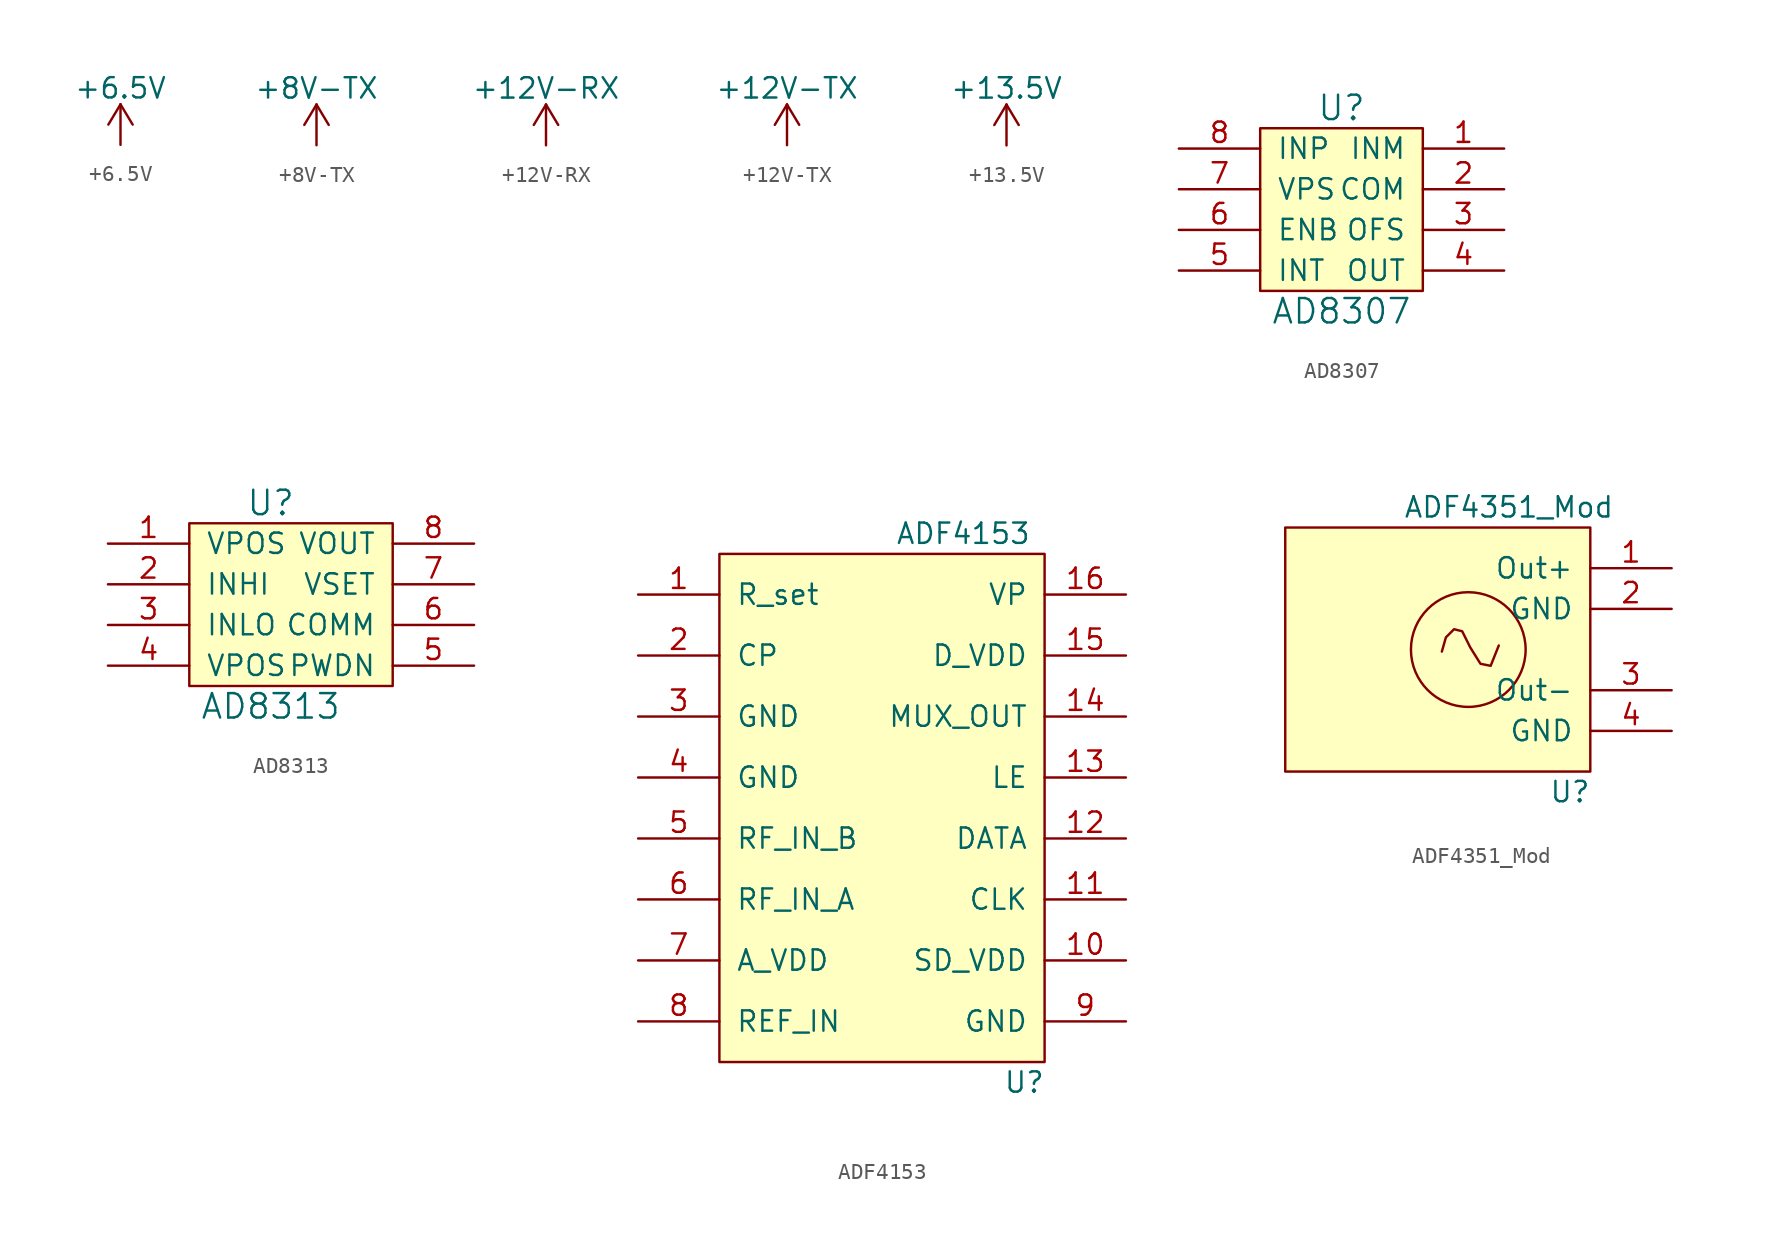
<source format=kicad_sym>
(kicad_symbol_lib
  (version 20211014)
  (generator kicad_symbol_editor)
  (symbol "+6.5V"
    (power)
    (pin_names
      (offset 0))
    (property "Reference" "#PWR"
      (at 0 -3.81 0)
      (effects (font (size 1.27 1.27)) hide))
    (property "Value" "+6.5V"
      (at 0 3.556 0)
      (effects (font (size 1.27 1.27))))
    (symbol "+6.5V_0_1"
      (polyline (pts (xy -0.762 1.27) (xy 0 2.54)) (stroke (width 0) (type default) (color 0 0 0 0)) (fill (type none)))
      (polyline (pts (xy 0 0) (xy 0 2.54)) (stroke (width 0) (type default) (color 0 0 0 0)) (fill (type none)))
      (polyline (pts (xy 0 2.54) (xy 0.762 1.27)) (stroke (width 0) (type default) (color 0 0 0 0)) (fill (type none))))
    (symbol "+6.5V_1_1"
      (pin power_in line (at 0 0 90) (length 0) hide (name "+6.5V" (effects (font (size 1.27 1.27)))) (number "1" (effects (font (size 1.27 1.27)))))))
  (symbol "+8V-TX"
    (power)
    (pin_names
      (offset 0))
    (property "Reference" "#PWR"
      (at 0 -3.81 0)
      (effects (font (size 1.27 1.27)) hide))
    (property "Value" "+8V-TX"
      (at 0 3.556 0)
      (effects (font (size 1.27 1.27))))
    (symbol "+8V-TX_0_1"
      (polyline (pts (xy -0.762 1.27) (xy 0 2.54)) (stroke (width 0) (type default) (color 0 0 0 0)) (fill (type none)))
      (polyline (pts (xy 0 0) (xy 0 2.54)) (stroke (width 0) (type default) (color 0 0 0 0)) (fill (type none)))
      (polyline (pts (xy 0 2.54) (xy 0.762 1.27)) (stroke (width 0) (type default) (color 0 0 0 0)) (fill (type none))))
    (symbol "+8V-TX_1_1"
      (pin power_in line (at 0 0 90) (length 0) hide (name "+8V-TX" (effects (font (size 1.27 1.27)))) (number "1" (effects (font (size 1.27 1.27)))))))
  (symbol "+12V-RX"
    (power)
    (pin_names
      (offset 0))
    (property "Reference" "#PWR"
      (at 0 -3.81 0)
      (effects (font (size 1.27 1.27)) hide))
    (property "Value" "+12V-RX"
      (at 0 3.556 0)
      (effects (font (size 1.27 1.27))))
    (symbol "+12V-RX_0_1"
      (polyline (pts (xy -0.762 1.27) (xy 0 2.54)) (stroke (width 0) (type default) (color 0 0 0 0)) (fill (type none)))
      (polyline (pts (xy 0 0) (xy 0 2.54)) (stroke (width 0) (type default) (color 0 0 0 0)) (fill (type none)))
      (polyline (pts (xy 0 2.54) (xy 0.762 1.27)) (stroke (width 0) (type default) (color 0 0 0 0)) (fill (type none))))
    (symbol "+12V-RX_1_1"
      (pin power_in line (at 0 0 90) (length 0) hide (name "+12V-RX" (effects (font (size 1.27 1.27)))) (number "1" (effects (font (size 1.27 1.27)))))))
  (symbol "+12V-TX"
    (power)
    (pin_names
      (offset 0))
    (property "Reference" "#PWR"
      (at 0 -3.81 0)
      (effects (font (size 1.27 1.27)) hide))
    (property "Value" "+12V-TX"
      (at 0 3.556 0)
      (effects (font (size 1.27 1.27))))
    (symbol "+12V-TX_0_1"
      (polyline (pts (xy -0.762 1.27) (xy 0 2.54)) (stroke (width 0) (type default) (color 0 0 0 0)) (fill (type none)))
      (polyline (pts (xy 0 0) (xy 0 2.54)) (stroke (width 0) (type default) (color 0 0 0 0)) (fill (type none)))
      (polyline (pts (xy 0 2.54) (xy 0.762 1.27)) (stroke (width 0) (type default) (color 0 0 0 0)) (fill (type none))))
    (symbol "+12V-TX_1_1"
      (pin power_in line (at 0 0 90) (length 0) hide (name "+12V-TX" (effects (font (size 1.27 1.27)))) (number "1" (effects (font (size 1.27 1.27)))))))
  (symbol "+13.5V"
    (power)
    (pin_names
      (offset 0))
    (property "Reference" "#PWR"
      (at 0 -3.81 0)
      (effects (font (size 1.27 1.27)) hide))
    (property "Value" "+13.5V"
      (at 0 3.556 0)
      (effects (font (size 1.27 1.27))))
    (symbol "+13.5V_0_1"
      (polyline (pts (xy -0.762 1.27) (xy 0 2.54)) (stroke (width 0) (type default) (color 0 0 0 0)) (fill (type none)))
      (polyline (pts (xy 0 0) (xy 0 2.54)) (stroke (width 0) (type default) (color 0 0 0 0)) (fill (type none)))
      (polyline (pts (xy 0 2.54) (xy 0.762 1.27)) (stroke (width 0) (type default) (color 0 0 0 0)) (fill (type none))))
    (symbol "+13.5V_1_1"
      (pin power_in line (at 0 0 90) (length 0) hide (name "+13.5" (effects (font (size 1.27 1.27)))) (number "1" (effects (font (size 1.27 1.27)))))))
  (symbol "AD8307"
    (pin_names
      (offset 1.016))
    (property "Reference" "U"
      (at 0 6.35 0)
      (effects (font (size 1.524 1.524))))
    (property "Value" "AD8307"
      (at 0 -6.35 0)
      (effects (font (size 1.524 1.524))))
    (symbol "AD8307_0_1"
      (rectangle (start 5.08 5.08) (end -5.08 -5.08) (stroke (width 0) (type default) (color 0 0 0 0)) (fill (type background))))
    (symbol "AD8307_1_1"
      (pin input line (at 10.16 3.81 180) (length 5.08) (name "INM" (effects (font (size 1.27 1.27)))) (number "1" (effects (font (size 1.27 1.27)))))
      (pin input line (at 10.16 1.27 180) (length 5.08) (name "COM" (effects (font (size 1.27 1.27)))) (number "2" (effects (font (size 1.27 1.27)))))
      (pin input line (at 10.16 -1.27 180) (length 5.08) (name "OFS" (effects (font (size 1.27 1.27)))) (number "3" (effects (font (size 1.27 1.27)))))
      (pin input line (at 10.16 -3.81 180) (length 5.08) (name "OUT" (effects (font (size 1.27 1.27)))) (number "4" (effects (font (size 1.27 1.27)))))
      (pin input line (at -10.16 -3.81 0) (length 5.08) (name "INT" (effects (font (size 1.27 1.27)))) (number "5" (effects (font (size 1.27 1.27)))))
      (pin input line (at -10.16 -1.27 0) (length 5.08) (name "ENB" (effects (font (size 1.27 1.27)))) (number "6" (effects (font (size 1.27 1.27)))))
      (pin input line (at -10.16 1.27 0) (length 5.08) (name "VPS" (effects (font (size 1.27 1.27)))) (number "7" (effects (font (size 1.27 1.27)))))
      (pin input line (at -10.16 3.81 0) (length 5.08) (name "INP" (effects (font (size 1.27 1.27)))) (number "8" (effects (font (size 1.27 1.27)))))))
  (symbol "AD8313"
    (pin_names
      (offset 1.016))
    (property "Reference" "U"
      (at 0 6.35 0)
      (effects (font (size 1.524 1.524))))
    (property "Value" "AD8313"
      (at 0 -6.35 0)
      (effects (font (size 1.524 1.524))))
    (symbol "AD8313_0_1"
      (rectangle (start 7.62 5.08) (end -5.08 -5.08) (stroke (width 0) (type default) (color 0 0 0 0)) (fill (type background))))
    (symbol "AD8313_1_1"
      (pin input line (at -10.16 3.81 0) (length 5.08) (name "VPOS" (effects (font (size 1.27 1.27)))) (number "1" (effects (font (size 1.27 1.27)))))
      (pin input line (at -10.16 1.27 0) (length 5.08) (name "INHI" (effects (font (size 1.27 1.27)))) (number "2" (effects (font (size 1.27 1.27)))))
      (pin input line (at -10.16 -1.27 0) (length 5.08) (name "INLO" (effects (font (size 1.27 1.27)))) (number "3" (effects (font (size 1.27 1.27)))))
      (pin input line (at -10.16 -3.81 0) (length 5.08) (name "VPOS" (effects (font (size 1.27 1.27)))) (number "4" (effects (font (size 1.27 1.27)))))
      (pin input line (at 12.7 -3.81 180) (length 5.08) (name "PWDN" (effects (font (size 1.27 1.27)))) (number "5" (effects (font (size 1.27 1.27)))))
      (pin input line (at 12.7 -1.27 180) (length 5.08) (name "COMM" (effects (font (size 1.27 1.27)))) (number "6" (effects (font (size 1.27 1.27)))))
      (pin input line (at 12.7 1.27 180) (length 5.08) (name "VSET" (effects (font (size 1.27 1.27)))) (number "7" (effects (font (size 1.27 1.27)))))
      (pin input line (at 12.7 3.81 180) (length 5.08) (name "VOUT" (effects (font (size 1.27 1.27)))) (number "8" (effects (font (size 1.27 1.27)))))))
  (symbol "ADF4153"
    (pin_names
      (offset 1.016))
    (property "Reference" "U"
      (at 8.89 -16.51 0)
      (effects (font (size 1.27 1.27))))
    (property "Value" "ADF4153"
      (at 5.08 17.78 0)
      (effects (font (size 1.27 1.27))))
    (symbol "ADF4153_0_1"
      (rectangle (start -10.16 16.51) (end 10.16 -15.24) (stroke (width 0) (type default) (color 0 0 0 0)) (fill (type background))))
    (symbol "ADF4153_1_1"
      (pin input line (at -15.24 13.97 0) (length 5.08) (name "R_set" (effects (font (size 1.27 1.27)))) (number "1" (effects (font (size 1.27 1.27)))))
      (pin input line (at 15.24 -8.89 180) (length 5.08) (name "SD_VDD" (effects (font (size 1.27 1.27)))) (number "10" (effects (font (size 1.27 1.27)))))
      (pin input line (at 15.24 -5.08 180) (length 5.08) (name "CLK" (effects (font (size 1.27 1.27)))) (number "11" (effects (font (size 1.27 1.27)))))
      (pin input line (at 15.24 -1.27 180) (length 5.08) (name "DATA" (effects (font (size 1.27 1.27)))) (number "12" (effects (font (size 1.27 1.27)))))
      (pin input line (at 15.24 2.54 180) (length 5.08) (name "LE" (effects (font (size 1.27 1.27)))) (number "13" (effects (font (size 1.27 1.27)))))
      (pin input line (at 15.24 6.35 180) (length 5.08) (name "MUX_OUT" (effects (font (size 1.27 1.27)))) (number "14" (effects (font (size 1.27 1.27)))))
      (pin input line (at 15.24 10.16 180) (length 5.08) (name "D_VDD" (effects (font (size 1.27 1.27)))) (number "15" (effects (font (size 1.27 1.27)))))
      (pin power_in line (at 15.24 13.97 180) (length 5.08) (name "VP" (effects (font (size 1.27 1.27)))) (number "16" (effects (font (size 1.27 1.27)))))
      (pin input line (at -15.24 10.16 0) (length 5.08) (name "CP" (effects (font (size 1.27 1.27)))) (number "2" (effects (font (size 1.27 1.27)))))
      (pin input line (at -15.24 6.35 0) (length 5.08) (name "GND" (effects (font (size 1.27 1.27)))) (number "3" (effects (font (size 1.27 1.27)))))
      (pin input line (at -15.24 2.54 0) (length 5.08) (name "GND" (effects (font (size 1.27 1.27)))) (number "4" (effects (font (size 1.27 1.27)))))
      (pin input line (at -15.24 -1.27 0) (length 5.08) (name "RF_IN_B" (effects (font (size 1.27 1.27)))) (number "5" (effects (font (size 1.27 1.27)))))
      (pin input line (at -15.24 -5.08 0) (length 5.08) (name "RF_IN_A" (effects (font (size 1.27 1.27)))) (number "6" (effects (font (size 1.27 1.27)))))
      (pin input line (at -15.24 -8.89 0) (length 5.08) (name "A_VDD" (effects (font (size 1.27 1.27)))) (number "7" (effects (font (size 1.27 1.27)))))
      (pin input line (at -15.24 -12.7 0) (length 5.08) (name "REF_IN" (effects (font (size 1.27 1.27)))) (number "8" (effects (font (size 1.27 1.27)))))
      (pin power_in line (at 15.24 -12.7 180) (length 5.08) (name "GND" (effects (font (size 1.27 1.27)))) (number "9" (effects (font (size 1.27 1.27)))))))
  (symbol "ADF4351_Mod"
    (pin_names
      (offset 1.016))
    (property "Reference" "U"
      (at 8.89 -8.89 0)
      (effects (font (size 1.27 1.27))))
    (property "Value" "ADF4351_Mod"
      (at 5.08 8.89 0)
      (effects (font (size 1.27 1.27))))
    (symbol "ADF4351_Mod_0_1"
      (rectangle (start -8.89 7.62) (end 10.16 -7.62) (stroke (width 0) (type default) (color 0 0 0 0)) (fill (type background)))
      (polyline (pts (xy 0.889 -0.127) (xy 1.143 0.762) (xy 1.651 1.27) (xy 2.159 1.143) (xy 2.667 0.127) (xy 3.302 -0.889) (xy 3.937 -1.016) (xy 4.445 0.254)) (stroke (width 0) (type default) (color 0 0 0 0)) (fill (type none)))
      (circle (center 2.54 0) (radius 3.581) (stroke (width 0) (type default) (color 0 0 0 0)) (fill (type none))))
    (symbol "ADF4351_Mod_1_1"
      (pin input line (at 15.24 5.08 180) (length 5.08) (name "Out+" (effects (font (size 1.27 1.27)))) (number "1" (effects (font (size 1.27 1.27)))))
      (pin input line (at 15.24 2.54 180) (length 5.08) (name "GND" (effects (font (size 1.27 1.27)))) (number "2" (effects (font (size 1.27 1.27)))))
      (pin input line (at 15.24 -2.54 180) (length 5.08) (name "Out-" (effects (font (size 1.27 1.27)))) (number "3" (effects (font (size 1.27 1.27)))))
      (pin input line (at 15.24 -5.08 180) (length 5.08) (name "GND" (effects (font (size 1.27 1.27)))) (number "4" (effects (font (size 1.27 1.27))))))))
</source>
